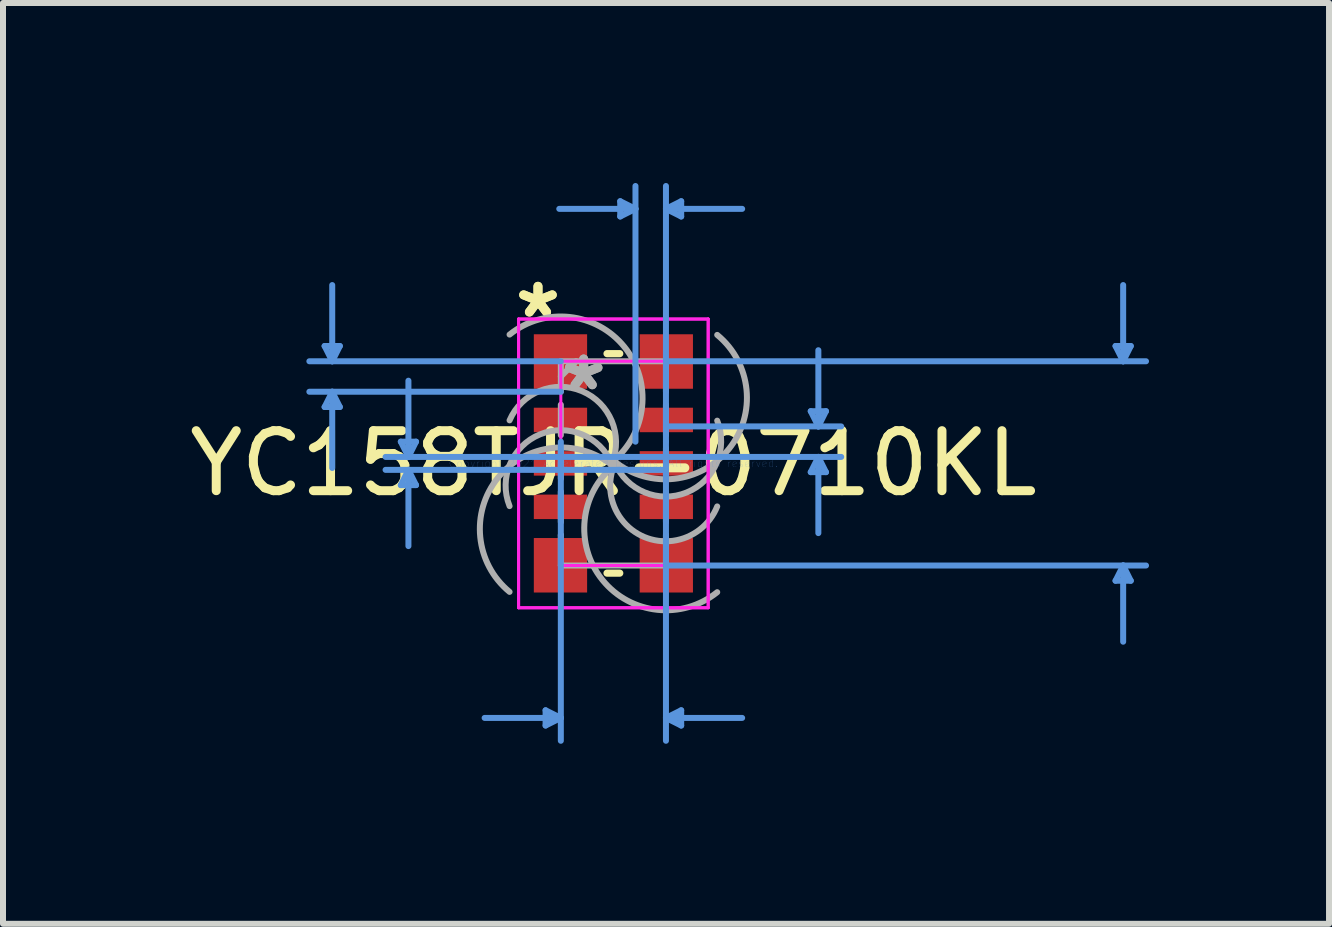
<source format=kicad_pcb>
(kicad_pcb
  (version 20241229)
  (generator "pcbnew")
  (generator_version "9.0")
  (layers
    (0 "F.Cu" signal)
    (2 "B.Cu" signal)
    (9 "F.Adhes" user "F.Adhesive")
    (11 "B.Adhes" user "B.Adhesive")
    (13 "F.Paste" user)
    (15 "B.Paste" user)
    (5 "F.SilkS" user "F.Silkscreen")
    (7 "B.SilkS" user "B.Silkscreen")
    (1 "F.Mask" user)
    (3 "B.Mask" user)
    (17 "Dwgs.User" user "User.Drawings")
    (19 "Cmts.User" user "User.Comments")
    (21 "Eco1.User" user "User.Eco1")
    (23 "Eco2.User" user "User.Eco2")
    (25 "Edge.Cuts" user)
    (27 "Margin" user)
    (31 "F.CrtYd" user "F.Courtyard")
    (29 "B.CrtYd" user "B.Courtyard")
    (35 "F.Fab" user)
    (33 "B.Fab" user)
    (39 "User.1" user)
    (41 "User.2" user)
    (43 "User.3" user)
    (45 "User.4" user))
  (footprint "YC158TJR-0710KL"
    (layer "F.Cu")
    (at 7.173 4.673)
    (property "Reference" "YC158TJR-0710KL" (at 0 0 0) (layer "F.SilkS") (effects (font (size 1 1) (thickness 0.15))))
    (attr through_hole)
    (fp_line (start -0.106 -1.829) (end 0.106 -1.829) (stroke (width 0.12) (type solid)) (layer "F.SilkS"))
    (fp_line (start -0.106 1.829) (end 0.106 1.829) (stroke (width 0.12) (type solid)) (layer "F.SilkS"))
    (fp_line (start -4.813 -1.956) (end -4.559 -1.956) (stroke (width 0.1) (type solid)) (layer "Cmts.User"))
    (fp_line (start -4.813 -0.94) (end -4.559 -0.94) (stroke (width 0.1) (type solid)) (layer "Cmts.User"))
    (fp_line (start -4.686 -1.702) (end -4.813 -1.956) (stroke (width 0.1) (type solid)) (layer "Cmts.User"))
    (fp_line (start -4.686 -1.702) (end -4.686 -2.972) (stroke (width 0.1) (type solid)) (layer "Cmts.User"))
    (fp_line (start -4.686 -1.702) (end -4.559 -1.956) (stroke (width 0.1) (type solid)) (layer "Cmts.User"))
    (fp_line (start -4.686 -1.194) (end -4.813 -0.94) (stroke (width 0.1) (type solid)) (layer "Cmts.User"))
    (fp_line (start -4.686 -1.194) (end -4.686 0.076) (stroke (width 0.1) (type solid)) (layer "Cmts.User"))
    (fp_line (start -4.686 -1.194) (end -4.559 -0.94) (stroke (width 0.1) (type solid)) (layer "Cmts.User"))
    (fp_line (start -3.543 -0.362) (end -3.289 -0.362) (stroke (width 0.1) (type solid)) (layer "Cmts.User"))
    (fp_line (start -3.543 0.362) (end -3.289 0.362) (stroke (width 0.1) (type solid)) (layer "Cmts.User"))
    (fp_line (start -3.416 -0.108) (end -3.543 -0.362) (stroke (width 0.1) (type solid)) (layer "Cmts.User"))
    (fp_line (start -3.416 -0.108) (end -3.416 -1.378) (stroke (width 0.1) (type solid)) (layer "Cmts.User"))
    (fp_line (start -3.416 -0.108) (end -3.289 -0.362) (stroke (width 0.1) (type solid)) (layer "Cmts.User"))
    (fp_line (start -3.416 0.108) (end -3.543 0.362) (stroke (width 0.1) (type solid)) (layer "Cmts.User"))
    (fp_line (start -3.416 0.108) (end -3.416 1.378) (stroke (width 0.1) (type solid)) (layer "Cmts.User"))
    (fp_line (start -3.416 0.108) (end -3.289 0.362) (stroke (width 0.1) (type solid)) (layer "Cmts.User"))
    (fp_line (start -1.13 4.115) (end -1.13 4.369) (stroke (width 0.1) (type solid)) (layer "Cmts.User"))
    (fp_line (start -0.876 -1.702) (end -5.067 -1.702) (stroke (width 0.1) (type solid)) (layer "Cmts.User"))
    (fp_line (start -0.876 -1.194) (end -5.067 -1.194) (stroke (width 0.1) (type solid)) (layer "Cmts.User"))
    (fp_line (start -0.876 -0.362) (end -0.876 4.623) (stroke (width 0.1) (type solid)) (layer "Cmts.User"))
    (fp_line (start -0.876 4.242) (end -2.146 4.242) (stroke (width 0.1) (type solid)) (layer "Cmts.User"))
    (fp_line (start -0.876 4.242) (end -1.13 4.115) (stroke (width 0.1) (type solid)) (layer "Cmts.User"))
    (fp_line (start -0.876 4.242) (end -1.13 4.369) (stroke (width 0.1) (type solid)) (layer "Cmts.User"))
    (fp_line (start 0.114 -4.369) (end 0.114 -4.115) (stroke (width 0.1) (type solid)) (layer "Cmts.User"))
    (fp_line (start 0.368 -4.242) (end -0.902 -4.242) (stroke (width 0.1) (type solid)) (layer "Cmts.User"))
    (fp_line (start 0.368 -4.242) (end 0.114 -4.369) (stroke (width 0.1) (type solid)) (layer "Cmts.User"))
    (fp_line (start 0.368 -4.242) (end 0.114 -4.115) (stroke (width 0.1) (type solid)) (layer "Cmts.User"))
    (fp_line (start 0.368 -0.362) (end 0.368 -4.623) (stroke (width 0.1) (type solid)) (layer "Cmts.User"))
    (fp_line (start 0.876 -4.242) (end 1.13 -4.369) (stroke (width 0.1) (type solid)) (layer "Cmts.User"))
    (fp_line (start 0.876 -4.242) (end 1.13 -4.115) (stroke (width 0.1) (type solid)) (layer "Cmts.User"))
    (fp_line (start 0.876 -4.242) (end 2.146 -4.242) (stroke (width 0.1) (type solid)) (layer "Cmts.User"))
    (fp_line (start 0.876 -1.702) (end 8.877 -1.702) (stroke (width 0.1) (type solid)) (layer "Cmts.User"))
    (fp_line (start 0.876 -0.616) (end 3.797 -0.616) (stroke (width 0.1) (type solid)) (layer "Cmts.User"))
    (fp_line (start 0.876 -0.362) (end 0.876 -4.623) (stroke (width 0.1) (type solid)) (layer "Cmts.User"))
    (fp_line (start 0.876 -0.362) (end 0.876 4.623) (stroke (width 0.1) (type solid)) (layer "Cmts.User"))
    (fp_line (start 0.876 -0.108) (end -3.797 -0.108) (stroke (width 0.1) (type solid)) (layer "Cmts.User"))
    (fp_line (start 0.876 -0.108) (end 3.797 -0.108) (stroke (width 0.1) (type solid)) (layer "Cmts.User"))
    (fp_line (start 0.876 0.108) (end -3.797 0.108) (stroke (width 0.1) (type solid)) (layer "Cmts.User"))
    (fp_line (start 0.876 1.702) (end 8.877 1.702) (stroke (width 0.1) (type solid)) (layer "Cmts.User"))
    (fp_line (start 0.876 4.242) (end 1.13 4.115) (stroke (width 0.1) (type solid)) (layer "Cmts.User"))
    (fp_line (start 0.876 4.242) (end 1.13 4.369) (stroke (width 0.1) (type solid)) (layer "Cmts.User"))
    (fp_line (start 0.876 4.242) (end 2.146 4.242) (stroke (width 0.1) (type solid)) (layer "Cmts.User"))
    (fp_line (start 1.13 -4.369) (end 1.13 -4.115) (stroke (width 0.1) (type solid)) (layer "Cmts.User"))
    (fp_line (start 1.13 4.115) (end 1.13 4.369) (stroke (width 0.1) (type solid)) (layer "Cmts.User"))
    (fp_line (start 3.289 -0.87) (end 3.543 -0.87) (stroke (width 0.1) (type solid)) (layer "Cmts.User"))
    (fp_line (start 3.289 0.146) (end 3.543 0.146) (stroke (width 0.1) (type solid)) (layer "Cmts.User"))
    (fp_line (start 3.416 -0.616) (end 3.289 -0.87) (stroke (width 0.1) (type solid)) (layer "Cmts.User"))
    (fp_line (start 3.416 -0.616) (end 3.416 -1.886) (stroke (width 0.1) (type solid)) (layer "Cmts.User"))
    (fp_line (start 3.416 -0.616) (end 3.543 -0.87) (stroke (width 0.1) (type solid)) (layer "Cmts.User"))
    (fp_line (start 3.416 -0.108) (end 3.289 0.146) (stroke (width 0.1) (type solid)) (layer "Cmts.User"))
    (fp_line (start 3.416 -0.108) (end 3.416 1.162) (stroke (width 0.1) (type solid)) (layer "Cmts.User"))
    (fp_line (start 3.416 -0.108) (end 3.543 0.146) (stroke (width 0.1) (type solid)) (layer "Cmts.User"))
    (fp_line (start 8.369 -1.956) (end 8.623 -1.956) (stroke (width 0.1) (type solid)) (layer "Cmts.User"))
    (fp_line (start 8.369 1.956) (end 8.623 1.956) (stroke (width 0.1) (type solid)) (layer "Cmts.User"))
    (fp_line (start 8.496 -1.702) (end 8.369 -1.956) (stroke (width 0.1) (type solid)) (layer "Cmts.User"))
    (fp_line (start 8.496 -1.702) (end 8.496 -2.972) (stroke (width 0.1) (type solid)) (layer "Cmts.User"))
    (fp_line (start 8.496 -1.702) (end 8.623 -1.956) (stroke (width 0.1) (type solid)) (layer "Cmts.User"))
    (fp_line (start 8.496 1.702) (end 8.369 1.956) (stroke (width 0.1) (type solid)) (layer "Cmts.User"))
    (fp_line (start 8.496 1.702) (end 8.496 2.972) (stroke (width 0.1) (type solid)) (layer "Cmts.User"))
    (fp_line (start 8.496 1.702) (end 8.623 1.956) (stroke (width 0.1) (type solid)) (layer "Cmts.User"))
    (fp_line (start -1.58 -2.406) (end 1.58 -2.406) (stroke (width 0.05) (type solid)) (layer "F.CrtYd"))
    (fp_line (start -1.58 -2.406) (end 1.58 -2.406) (stroke (width 0.05) (type solid)) (layer "F.CrtYd"))
    (fp_line (start -1.58 2.406) (end -1.58 -2.406) (stroke (width 0.05) (type solid)) (layer "F.CrtYd"))
    (fp_line (start -1.58 2.406) (end -1.58 -2.406) (stroke (width 0.05) (type solid)) (layer "F.CrtYd"))
    (fp_line (start -0.876 -1.702) (end 0.876 -1.702) (stroke (width 0.05) (type solid)) (layer "F.CrtYd"))
    (fp_line (start -0.876 1.702) (end -0.876 -1.702) (stroke (width 0.05) (type solid)) (layer "F.CrtYd"))
    (fp_line (start 0.876 -1.702) (end 0.876 1.702) (stroke (width 0.05) (type solid)) (layer "F.CrtYd"))
    (fp_line (start 0.876 1.702) (end -0.876 1.702) (stroke (width 0.05) (type solid)) (layer "F.CrtYd"))
    (fp_line (start 1.58 -2.406) (end 1.58 2.406) (stroke (width 0.05) (type solid)) (layer "F.CrtYd"))
    (fp_line (start 1.58 -2.406) (end 1.58 2.406) (stroke (width 0.05) (type solid)) (layer "F.CrtYd"))
    (fp_line (start 1.58 2.406) (end -1.58 2.406) (stroke (width 0.05) (type solid)) (layer "F.CrtYd"))
    (fp_line (start 1.58 2.406) (end -1.58 2.406) (stroke (width 0.05) (type solid)) (layer "F.CrtYd"))
    (fp_line (start -0.876 -1.702) (end 0.876 -1.702) (stroke (width 0.1) (type solid)) (layer "F.Fab"))
    (fp_line (start -0.876 -1.194) (end -0.876 -1.702) (stroke (width 0.1) (type solid)) (layer "F.Fab"))
    (fp_line (start -0.876 -0.978) (end -0.876 -0.47) (stroke (width 0.1) (type solid)) (layer "F.Fab"))
    (fp_line (start -0.876 -0.254) (end -0.876 0.254) (stroke (width 0.1) (type solid)) (layer "F.Fab"))
    (fp_line (start -0.876 0.47) (end -0.876 0.978) (stroke (width 0.1) (type solid)) (layer "F.Fab"))
    (fp_line (start -0.876 1.194) (end -0.876 1.194) (stroke (width 0.1) (type solid)) (layer "F.Fab"))
    (fp_line (start -0.876 1.194) (end -0.876 1.702) (stroke (width 0.1) (type solid)) (layer "F.Fab"))
    (fp_line (start -0.876 1.702) (end 0.876 1.702) (stroke (width 0.1) (type solid)) (layer "F.Fab"))
    (fp_line (start -0.622 -1.702) (end -0.876 -1.448) (stroke (width 0.1) (type solid)) (layer "F.Fab"))
    (fp_line (start 0.876 -1.194) (end 0.876 -1.702) (stroke (width 0.1) (type solid)) (layer "F.Fab"))
    (fp_line (start 0.876 -0.978) (end 0.876 -0.47) (stroke (width 0.1) (type solid)) (layer "F.Fab"))
    (fp_line (start 0.876 -0.254) (end 0.876 0.254) (stroke (width 0.1) (type solid)) (layer "F.Fab"))
    (fp_line (start 0.876 0.47) (end 0.876 0.978) (stroke (width 0.1) (type solid)) (layer "F.Fab"))
    (fp_line (start 0.876 1.194) (end 0.876 1.194) (stroke (width 0.1) (type solid)) (layer "F.Fab"))
    (fp_line (start 0.876 1.194) (end 0.876 1.702) (stroke (width 0.1) (type solid)) (layer "F.Fab"))
    (fp_arc (start -1.730342 -2.146861) (mid 0.184711 -1.939892) (end -0.022258 -0.024839) (stroke (width 0.1) (type solid)) (layer "F.Fab"))
    (fp_arc (start -1.730342 -0.717448) (mid -0.520802 -1.215992) (end -0.022258 -0.006452) (stroke (width 0.1) (type solid)) (layer "F.Fab"))
    (fp_arc (start -1.730342 0.711964) (mid -1.226314 -0.492092) (end -0.022258 0.011936) (stroke (width 0.1) (type solid)) (layer "F.Fab"))
    (fp_arc (start -1.730342 2.141378) (mid -1.931828 0.231808) (end -0.022258 0.030322) (stroke (width 0.1) (type solid)) (layer "F.Fab"))
    (fp_arc (start 1.730342 -2.141378) (mid 1.931828 -0.231808) (end 0.022258 -0.030322) (stroke (width 0.1) (type solid)) (layer "F.Fab"))
    (fp_arc (start 1.730342 -0.711964) (mid 1.226314 0.492092) (end 0.022258 -0.011936) (stroke (width 0.1) (type solid)) (layer "F.Fab"))
    (fp_arc (start 1.730342 0.717448) (mid 0.520802 1.215992) (end 0.022258 0.006452) (stroke (width 0.1) (type solid)) (layer "F.Fab"))
    (fp_arc (start 1.730342 2.146861) (mid -0.184711 1.939892) (end 0.022258 0.024839) (stroke (width 0.1) (type solid)) (layer "F.Fab"))
    (fp_text user "*" (at -1.257 -2.406 0) (layer "F.SilkS") (effects (font (size 1 1) (thickness 0.15))))
    (fp_text user "*" (at -1.257 -2.406 0) (layer "F.SilkS") (effects (font (size 1 1) (thickness 0.15))))
    (fp_text user "Copyright 2021 Accelerated Designs. All rights reserved." (at 0 0 0) (layer "Cmts.User") (effects (font (size 0.127 0.127) (thickness 0.002))))
    (fp_text user "*" (at -0.495 -1.194 0) (layer "F.Fab") (effects (font (size 1 1) (thickness 0.15))))
    (fp_text user "*" (at -0.495 -1.194 0) (layer "F.Fab") (effects (font (size 1 1) (thickness 0.15))))
    (pad "1" smd rect (at -0.882 -1.698) (size 0.888 0.908) (layers "F.Cu" "F.Mask" "F.Paste"))
    (pad "2" smd rect (at -0.882 -0.724) (size 0.888 0.408) (layers "F.Cu" "F.Mask" "F.Paste"))
    (pad "3" smd rect (at -0.882 0) (size 0.888 0.408) (layers "F.Cu" "F.Mask" "F.Paste"))
    (pad "4" smd rect (at -0.882 0.724) (size 0.888 0.408) (layers "F.Cu" "F.Mask" "F.Paste"))
    (pad "5" smd rect (at -0.882 1.698) (size 0.888 0.908) (layers "F.Cu" "F.Mask" "F.Paste"))
    (pad "6" smd rect (at 0.882 1.698) (size 0.888 0.908) (layers "F.Cu" "F.Mask" "F.Paste"))
    (pad "7" smd rect (at 0.882 0.724) (size 0.888 0.408) (layers "F.Cu" "F.Mask" "F.Paste"))
    (pad "8" smd rect (at 0.882 0) (size 0.888 0.408) (layers "F.Cu" "F.Mask" "F.Paste"))
    (pad "9" smd rect (at 0.882 -0.724) (size 0.888 0.408) (layers "F.Cu" "F.Mask" "F.Paste"))
    (pad "10" smd rect (at 0.882 -1.698) (size 0.888 0.908) (layers "F.Cu" "F.Mask" "F.Paste")))
  (gr_rect
    (start -3 -3)
    (end 19.1 12.346)
    (stroke (width 0.1) (type default))
    (fill no)
    (layer "Edge.Cuts")))
</source>
